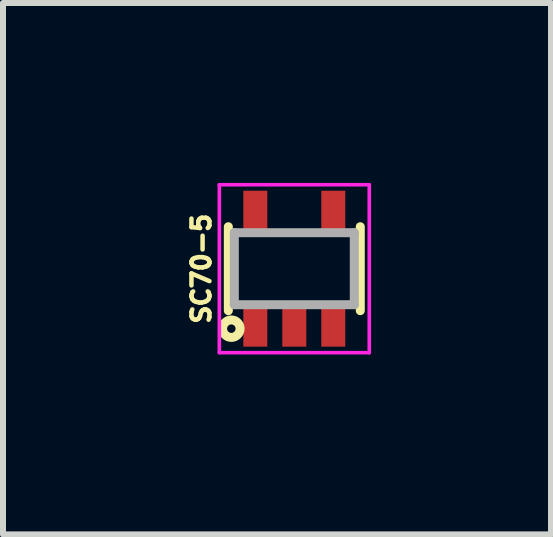
<source format=kicad_pcb>
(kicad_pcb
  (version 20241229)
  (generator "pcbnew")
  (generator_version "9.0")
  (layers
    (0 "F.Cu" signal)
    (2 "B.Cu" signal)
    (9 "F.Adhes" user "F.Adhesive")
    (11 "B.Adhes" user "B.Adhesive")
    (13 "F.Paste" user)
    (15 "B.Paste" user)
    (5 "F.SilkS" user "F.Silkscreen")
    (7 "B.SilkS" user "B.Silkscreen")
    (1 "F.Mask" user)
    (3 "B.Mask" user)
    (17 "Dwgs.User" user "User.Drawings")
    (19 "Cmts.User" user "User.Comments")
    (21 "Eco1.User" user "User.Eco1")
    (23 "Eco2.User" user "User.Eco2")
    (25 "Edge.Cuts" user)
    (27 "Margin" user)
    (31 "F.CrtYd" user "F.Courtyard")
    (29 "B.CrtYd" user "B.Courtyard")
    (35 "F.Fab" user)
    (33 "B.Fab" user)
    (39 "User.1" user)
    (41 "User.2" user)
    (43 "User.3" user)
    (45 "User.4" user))
  (footprint "SC70-5"
    (layer "F.Cu")
    (at 1.857 1.43)
    (property "Reference" "SC70-5" (at -1.55 0 90) (layer "F.SilkS") (effects (font (size 0.3 0.3) (thickness 0.075))))
    (attr through_hole)
    (fp_line (start -1.1 -0.7) (end -1.1 0.7) (stroke (width 0.15) (type solid)) (layer "F.SilkS"))
    (fp_line (start 1.1 -0.7) (end 1.1 0.7) (stroke (width 0.15) (type solid)) (layer "F.SilkS"))
    (fp_circle (center -1.05 1) (end -1 0.95) (stroke (width 0.15) (type solid)) (fill no) (layer "F.SilkS"))
    (fp_line (start -1.25 -1.4) (end -1.25 1.4) (stroke (width 0.06) (type solid)) (layer "F.CrtYd"))
    (fp_line (start -1.25 1.4) (end 1.25 1.4) (stroke (width 0.06) (type solid)) (layer "F.CrtYd"))
    (fp_line (start 1.25 -1.4) (end -1.25 -1.4) (stroke (width 0.06) (type solid)) (layer "F.CrtYd"))
    (fp_line (start 1.25 1.4) (end 1.25 -1.4) (stroke (width 0.06) (type solid)) (layer "F.CrtYd"))
    (fp_line (start -1 -0.6) (end 1 -0.6) (stroke (width 0.15) (type solid)) (layer "F.Fab"))
    (fp_line (start -1 0.6) (end -1 -0.6) (stroke (width 0.15) (type solid)) (layer "F.Fab"))
    (fp_line (start 1 -0.6) (end 1 0.6) (stroke (width 0.15) (type solid)) (layer "F.Fab"))
    (fp_line (start 1 0.6) (end -1 0.6) (stroke (width 0.15) (type solid)) (layer "F.Fab"))
    (pad "1" smd rect (at -0.65 0.95) (size 0.4 0.7) (layers "F.Cu" "F.Mask" "F.Paste"))
    (pad "2" smd rect (at 0 0.95) (size 0.4 0.7) (layers "F.Cu" "F.Mask" "F.Paste"))
    (pad "3" smd rect (at 0.65 0.95) (size 0.4 0.7) (layers "F.Cu" "F.Mask" "F.Paste"))
    (pad "4" smd rect (at 0.65 -0.95) (size 0.4 0.7) (layers "F.Cu" "F.Mask" "F.Paste"))
    (pad "5" smd rect (at -0.65 -0.95) (size 0.4 0.7) (layers "F.Cu" "F.Mask" "F.Paste")))
  (gr_rect
    (start -3 -3)
    (end 6.137 5.86)
    (stroke (width 0.1) (type default))
    (fill no)
    (layer "Edge.Cuts")))
</source>
